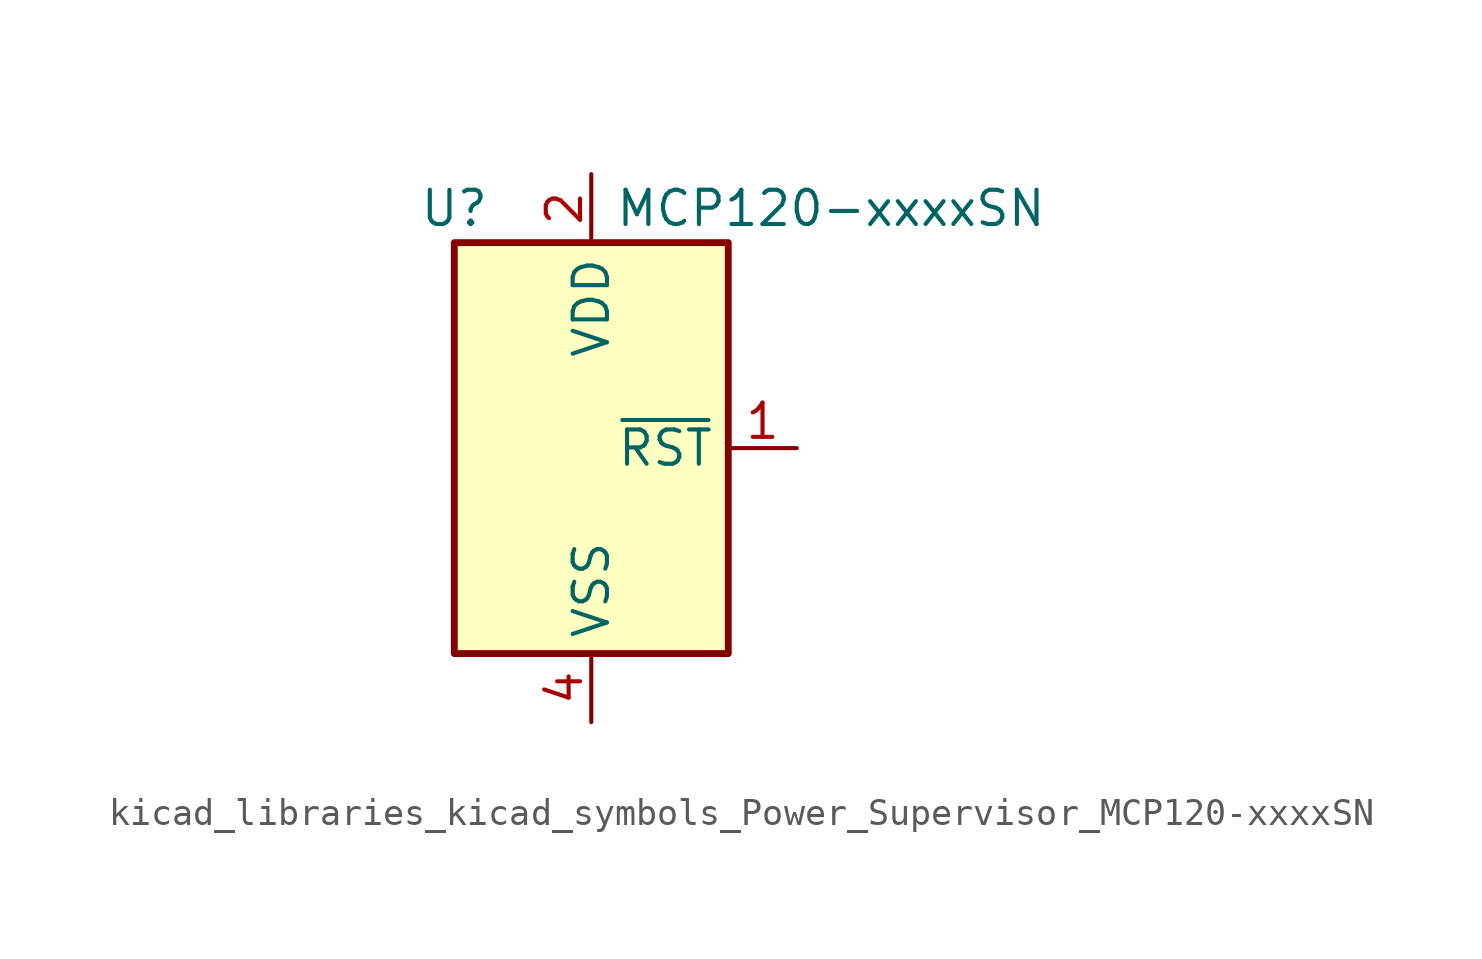
<source format=kicad_sym>
(kicad_symbol_lib
  (version 20220914)
  (generator kicad_symbol_editor)
  (symbol "kicad_libraries_kicad_symbols_Power_Supervisor_MCP120-xxxxSN"
    (property "Reference" "U"
      (at -5.08 8.89 0)
      (effects (font (size 1.27 1.27))))
    (property "Value" "MCP120-xxxxSN"
      (at 8.89 8.89 0)
      (effects (font (size 1.27 1.27))))
    (symbol "kicad_libraries_kicad_symbols_Power_Supervisor_MCP120-xxxxSN_0_1"
      (rectangle (start 5.08 7.62) (end -5.08 -7.62) (stroke (width 0.254) (type default)) (fill (type background))))
    (symbol "kicad_libraries_kicad_symbols_Power_Supervisor_MCP120-xxxxSN_1_1"
      (pin open_collector line (at 7.62 0 180) (length 2.54) (name "~{RST}" (effects (font (size 1.27 1.27)))) (number "1" (effects (font (size 1.27 1.27)))))
      (pin power_in line (at 0 10.16 270) (length 2.54) (name "VDD" (effects (font (size 1.27 1.27)))) (number "2" (effects (font (size 1.27 1.27)))))
      (pin no_connect line (at -5.08 5.08 0) (length 2.54) hide (name "NC" (effects (font (size 1.27 1.27)))) (number "3" (effects (font (size 1.27 1.27)))))
      (pin power_in line (at 0 -10.16 90) (length 2.54) (name "VSS" (effects (font (size 1.27 1.27)))) (number "4" (effects (font (size 1.27 1.27)))))
      (pin no_connect line (at -5.08 2.54 0) (length 2.54) hide (name "NC" (effects (font (size 1.27 1.27)))) (number "5" (effects (font (size 1.27 1.27)))))
      (pin no_connect line (at -5.08 0 0) (length 2.54) hide (name "NC" (effects (font (size 1.27 1.27)))) (number "6" (effects (font (size 1.27 1.27)))))
      (pin no_connect line (at -5.08 -2.54 0) (length 2.54) hide (name "NC" (effects (font (size 1.27 1.27)))) (number "7" (effects (font (size 1.27 1.27)))))
      (pin no_connect line (at -5.08 -5.08 0) (length 2.54) hide (name "NC" (effects (font (size 1.27 1.27)))) (number "8" (effects (font (size 1.27 1.27))))))))
</source>
